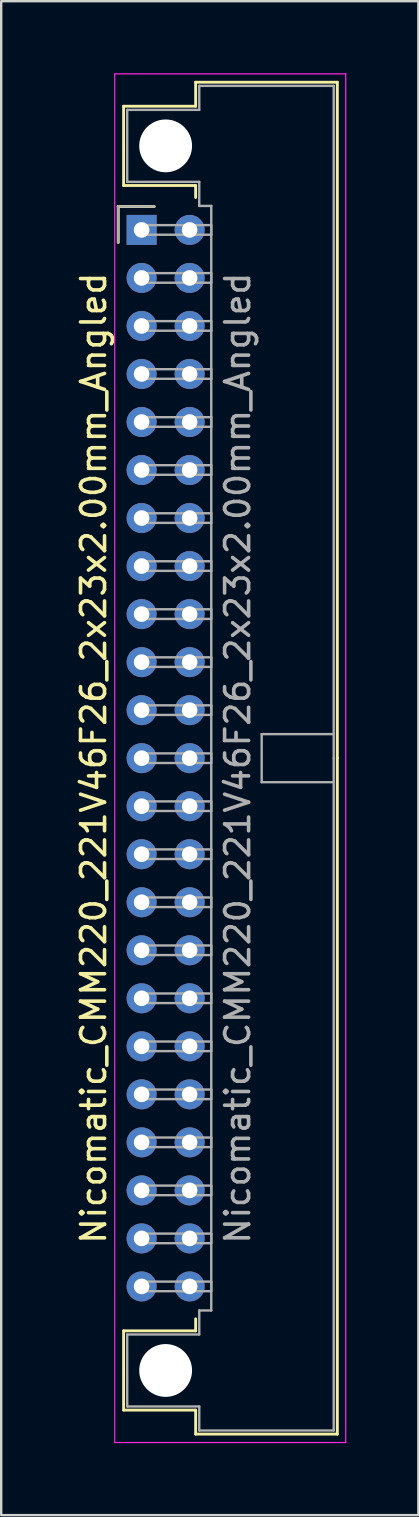
<source format=kicad_pcb>
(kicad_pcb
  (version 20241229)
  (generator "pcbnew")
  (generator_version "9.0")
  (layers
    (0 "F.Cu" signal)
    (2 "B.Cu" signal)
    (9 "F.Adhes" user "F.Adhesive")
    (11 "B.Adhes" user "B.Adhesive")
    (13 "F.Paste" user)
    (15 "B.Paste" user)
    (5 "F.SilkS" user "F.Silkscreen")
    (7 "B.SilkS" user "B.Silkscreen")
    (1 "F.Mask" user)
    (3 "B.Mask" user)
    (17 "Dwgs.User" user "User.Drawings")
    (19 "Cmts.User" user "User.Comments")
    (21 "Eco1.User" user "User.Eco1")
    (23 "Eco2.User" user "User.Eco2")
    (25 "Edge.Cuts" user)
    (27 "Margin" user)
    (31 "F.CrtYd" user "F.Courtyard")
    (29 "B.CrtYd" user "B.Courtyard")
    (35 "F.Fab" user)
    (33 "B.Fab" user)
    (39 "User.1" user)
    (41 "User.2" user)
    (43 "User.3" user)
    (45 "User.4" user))
  (footprint "Nicomatic_CMM220_221V46F26_2x23x2.00mm_Angled"
    (layer "F.Cu")
    (at 2.848 6.525)
    (property "Reference" "Nicomatic_CMM220_221V46F26_2x23x2.00mm_Angled" (at -2 22 90) (layer "F.SilkS") (effects (font (size 1 1) (thickness 0.15))))
    (attr through_hole)
    (fp_line (start -0.975 -0.975) (end -0.975 0.525) (stroke (width 0.12) (type solid)) (layer "F.SilkS"))
    (fp_line (start -0.75 -5.15) (end -0.75 -1.85) (stroke (width 0.12) (type solid)) (layer "F.SilkS"))
    (fp_line (start -0.75 -1.85) (end 2.25 -1.85) (stroke (width 0.12) (type solid)) (layer "F.SilkS"))
    (fp_line (start -0.75 45.85) (end 2.25 45.85) (stroke (width 0.12) (type solid)) (layer "F.SilkS"))
    (fp_line (start -0.75 49.15) (end -0.75 45.85) (stroke (width 0.12) (type solid)) (layer "F.SilkS"))
    (fp_line (start 0.525 -0.975) (end -0.975 -0.975) (stroke (width 0.12) (type solid)) (layer "F.SilkS"))
    (fp_line (start 2.25 -6.15) (end 2.25 -5.15) (stroke (width 0.12) (type solid)) (layer "F.SilkS"))
    (fp_line (start 2.25 -5.15) (end -0.75 -5.15) (stroke (width 0.12) (type solid)) (layer "F.SilkS"))
    (fp_line (start 2.25 -1.85) (end 2.25 -1.35) (stroke (width 0.12) (type solid)) (layer "F.SilkS"))
    (fp_line (start 2.25 45.85) (end 2.25 45.35) (stroke (width 0.12) (type solid)) (layer "F.SilkS"))
    (fp_line (start 2.25 49.15) (end -0.75 49.15) (stroke (width 0.12) (type solid)) (layer "F.SilkS"))
    (fp_line (start 2.25 50.15) (end 2.25 49.15) (stroke (width 0.12) (type solid)) (layer "F.SilkS"))
    (fp_line (start 8.15 -6.15) (end 2.25 -6.15) (stroke (width 0.12) (type solid)) (layer "F.SilkS"))
    (fp_line (start 8.15 22) (end 8.15 -6.15) (stroke (width 0.12) (type solid)) (layer "F.SilkS"))
    (fp_line (start 8.15 22) (end 8.15 50.15) (stroke (width 0.12) (type solid)) (layer "F.SilkS"))
    (fp_line (start 8.15 50.15) (end 2.25 50.15) (stroke (width 0.12) (type solid)) (layer "F.SilkS"))
    (fp_line (start -1.12 -6.5) (end -1.12 50.5) (stroke (width 0.05) (type solid)) (layer "F.CrtYd"))
    (fp_line (start -1.12 50.5) (end 8.5 50.5) (stroke (width 0.05) (type solid)) (layer "F.CrtYd"))
    (fp_line (start 8.5 -6.5) (end -1.12 -6.5) (stroke (width 0.05) (type solid)) (layer "F.CrtYd"))
    (fp_line (start 8.5 50.5) (end 8.5 -6.5) (stroke (width 0.05) (type solid)) (layer "F.CrtYd"))
    (fp_line (start -0.975 -0.975) (end -0.975 0.525) (stroke (width 0.1) (type solid)) (layer "F.Fab"))
    (fp_line (start -0.6 -5) (end -0.6 -2) (stroke (width 0.1) (type solid)) (layer "F.Fab"))
    (fp_line (start -0.6 -2) (end 2.4 -2) (stroke (width 0.1) (type solid)) (layer "F.Fab"))
    (fp_line (start -0.6 46) (end 2.4 46) (stroke (width 0.1) (type solid)) (layer "F.Fab"))
    (fp_line (start -0.6 49) (end -0.6 46) (stroke (width 0.1) (type solid)) (layer "F.Fab"))
    (fp_line (start 0 -0.2) (end 0 0.2) (stroke (width 0.1) (type solid)) (layer "F.Fab"))
    (fp_line (start 0 0.2) (end 2.9 0.2) (stroke (width 0.1) (type solid)) (layer "F.Fab"))
    (fp_line (start 0 1.8) (end 0 2.2) (stroke (width 0.1) (type solid)) (layer "F.Fab"))
    (fp_line (start 0 2.2) (end 2.9 2.2) (stroke (width 0.1) (type solid)) (layer "F.Fab"))
    (fp_line (start 0 3.8) (end 0 4.2) (stroke (width 0.1) (type solid)) (layer "F.Fab"))
    (fp_line (start 0 4.2) (end 2.9 4.2) (stroke (width 0.1) (type solid)) (layer "F.Fab"))
    (fp_line (start 0 5.8) (end 0 6.2) (stroke (width 0.1) (type solid)) (layer "F.Fab"))
    (fp_line (start 0 6.2) (end 2.9 6.2) (stroke (width 0.1) (type solid)) (layer "F.Fab"))
    (fp_line (start 0 7.8) (end 0 8.2) (stroke (width 0.1) (type solid)) (layer "F.Fab"))
    (fp_line (start 0 8.2) (end 2.9 8.2) (stroke (width 0.1) (type solid)) (layer "F.Fab"))
    (fp_line (start 0 9.8) (end 0 10.2) (stroke (width 0.1) (type solid)) (layer "F.Fab"))
    (fp_line (start 0 10.2) (end 2.9 10.2) (stroke (width 0.1) (type solid)) (layer "F.Fab"))
    (fp_line (start 0 11.8) (end 0 12.2) (stroke (width 0.1) (type solid)) (layer "F.Fab"))
    (fp_line (start 0 12.2) (end 2.9 12.2) (stroke (width 0.1) (type solid)) (layer "F.Fab"))
    (fp_line (start 0 13.8) (end 0 14.2) (stroke (width 0.1) (type solid)) (layer "F.Fab"))
    (fp_line (start 0 14.2) (end 2.9 14.2) (stroke (width 0.1) (type solid)) (layer "F.Fab"))
    (fp_line (start 0 15.8) (end 0 16.2) (stroke (width 0.1) (type solid)) (layer "F.Fab"))
    (fp_line (start 0 16.2) (end 2.9 16.2) (stroke (width 0.1) (type solid)) (layer "F.Fab"))
    (fp_line (start 0 17.8) (end 0 18.2) (stroke (width 0.1) (type solid)) (layer "F.Fab"))
    (fp_line (start 0 18.2) (end 2.9 18.2) (stroke (width 0.1) (type solid)) (layer "F.Fab"))
    (fp_line (start 0 19.8) (end 0 20.2) (stroke (width 0.1) (type solid)) (layer "F.Fab"))
    (fp_line (start 0 20.2) (end 2.9 20.2) (stroke (width 0.1) (type solid)) (layer "F.Fab"))
    (fp_line (start 0 21.8) (end 0 22.2) (stroke (width 0.1) (type solid)) (layer "F.Fab"))
    (fp_line (start 0 22.2) (end 2.9 22.2) (stroke (width 0.1) (type solid)) (layer "F.Fab"))
    (fp_line (start 0 23.8) (end 0 24.2) (stroke (width 0.1) (type solid)) (layer "F.Fab"))
    (fp_line (start 0 24.2) (end 2.9 24.2) (stroke (width 0.1) (type solid)) (layer "F.Fab"))
    (fp_line (start 0 25.8) (end 0 26.2) (stroke (width 0.1) (type solid)) (layer "F.Fab"))
    (fp_line (start 0 26.2) (end 2.9 26.2) (stroke (width 0.1) (type solid)) (layer "F.Fab"))
    (fp_line (start 0 27.8) (end 0 28.2) (stroke (width 0.1) (type solid)) (layer "F.Fab"))
    (fp_line (start 0 28.2) (end 2.9 28.2) (stroke (width 0.1) (type solid)) (layer "F.Fab"))
    (fp_line (start 0 29.8) (end 0 30.2) (stroke (width 0.1) (type solid)) (layer "F.Fab"))
    (fp_line (start 0 30.2) (end 2.9 30.2) (stroke (width 0.1) (type solid)) (layer "F.Fab"))
    (fp_line (start 0 31.8) (end 0 32.2) (stroke (width 0.1) (type solid)) (layer "F.Fab"))
    (fp_line (start 0 32.2) (end 2.9 32.2) (stroke (width 0.1) (type solid)) (layer "F.Fab"))
    (fp_line (start 0 33.8) (end 0 34.2) (stroke (width 0.1) (type solid)) (layer "F.Fab"))
    (fp_line (start 0 34.2) (end 2.9 34.2) (stroke (width 0.1) (type solid)) (layer "F.Fab"))
    (fp_line (start 0 35.8) (end 0 36.2) (stroke (width 0.1) (type solid)) (layer "F.Fab"))
    (fp_line (start 0 36.2) (end 2.9 36.2) (stroke (width 0.1) (type solid)) (layer "F.Fab"))
    (fp_line (start 0 37.8) (end 0 38.2) (stroke (width 0.1) (type solid)) (layer "F.Fab"))
    (fp_line (start 0 38.2) (end 2.9 38.2) (stroke (width 0.1) (type solid)) (layer "F.Fab"))
    (fp_line (start 0 39.8) (end 0 40.2) (stroke (width 0.1) (type solid)) (layer "F.Fab"))
    (fp_line (start 0 40.2) (end 2.9 40.2) (stroke (width 0.1) (type solid)) (layer "F.Fab"))
    (fp_line (start 0 41.8) (end 0 42.2) (stroke (width 0.1) (type solid)) (layer "F.Fab"))
    (fp_line (start 0 42.2) (end 2.9 42.2) (stroke (width 0.1) (type solid)) (layer "F.Fab"))
    (fp_line (start 0 43.8) (end 0 44.2) (stroke (width 0.1) (type solid)) (layer "F.Fab"))
    (fp_line (start 0 44.2) (end 2.9 44.2) (stroke (width 0.1) (type solid)) (layer "F.Fab"))
    (fp_line (start 0.525 -0.975) (end -0.975 -0.975) (stroke (width 0.1) (type solid)) (layer "F.Fab"))
    (fp_line (start 2.4 -6) (end 2.4 -5) (stroke (width 0.1) (type solid)) (layer "F.Fab"))
    (fp_line (start 2.4 -5) (end -0.6 -5) (stroke (width 0.1) (type solid)) (layer "F.Fab"))
    (fp_line (start 2.4 -2) (end 2.4 -1) (stroke (width 0.1) (type solid)) (layer "F.Fab"))
    (fp_line (start 2.4 -1) (end 2.9 -1) (stroke (width 0.1) (type solid)) (layer "F.Fab"))
    (fp_line (start 2.4 45) (end 2.9 45) (stroke (width 0.1) (type solid)) (layer "F.Fab"))
    (fp_line (start 2.4 46) (end 2.4 45) (stroke (width 0.1) (type solid)) (layer "F.Fab"))
    (fp_line (start 2.4 49) (end -0.6 49) (stroke (width 0.1) (type solid)) (layer "F.Fab"))
    (fp_line (start 2.4 50) (end 2.4 49) (stroke (width 0.1) (type solid)) (layer "F.Fab"))
    (fp_line (start 2.9 -1) (end 2.9 22) (stroke (width 0.1) (type solid)) (layer "F.Fab"))
    (fp_line (start 2.9 -0.2) (end 0 -0.2) (stroke (width 0.1) (type solid)) (layer "F.Fab"))
    (fp_line (start 2.9 0.2) (end 2.9 -0.2) (stroke (width 0.1) (type solid)) (layer "F.Fab"))
    (fp_line (start 2.9 1.8) (end 0 1.8) (stroke (width 0.1) (type solid)) (layer "F.Fab"))
    (fp_line (start 2.9 2.2) (end 2.9 1.8) (stroke (width 0.1) (type solid)) (layer "F.Fab"))
    (fp_line (start 2.9 3.8) (end 0 3.8) (stroke (width 0.1) (type solid)) (layer "F.Fab"))
    (fp_line (start 2.9 4.2) (end 2.9 3.8) (stroke (width 0.1) (type solid)) (layer "F.Fab"))
    (fp_line (start 2.9 5.8) (end 0 5.8) (stroke (width 0.1) (type solid)) (layer "F.Fab"))
    (fp_line (start 2.9 6.2) (end 2.9 5.8) (stroke (width 0.1) (type solid)) (layer "F.Fab"))
    (fp_line (start 2.9 7.8) (end 0 7.8) (stroke (width 0.1) (type solid)) (layer "F.Fab"))
    (fp_line (start 2.9 8.2) (end 2.9 7.8) (stroke (width 0.1) (type solid)) (layer "F.Fab"))
    (fp_line (start 2.9 9.8) (end 0 9.8) (stroke (width 0.1) (type solid)) (layer "F.Fab"))
    (fp_line (start 2.9 10.2) (end 2.9 9.8) (stroke (width 0.1) (type solid)) (layer "F.Fab"))
    (fp_line (start 2.9 11.8) (end 0 11.8) (stroke (width 0.1) (type solid)) (layer "F.Fab"))
    (fp_line (start 2.9 12.2) (end 2.9 11.8) (stroke (width 0.1) (type solid)) (layer "F.Fab"))
    (fp_line (start 2.9 13.8) (end 0 13.8) (stroke (width 0.1) (type solid)) (layer "F.Fab"))
    (fp_line (start 2.9 14.2) (end 2.9 13.8) (stroke (width 0.1) (type solid)) (layer "F.Fab"))
    (fp_line (start 2.9 15.8) (end 0 15.8) (stroke (width 0.1) (type solid)) (layer "F.Fab"))
    (fp_line (start 2.9 16.2) (end 2.9 15.8) (stroke (width 0.1) (type solid)) (layer "F.Fab"))
    (fp_line (start 2.9 17.8) (end 0 17.8) (stroke (width 0.1) (type solid)) (layer "F.Fab"))
    (fp_line (start 2.9 18.2) (end 2.9 17.8) (stroke (width 0.1) (type solid)) (layer "F.Fab"))
    (fp_line (start 2.9 19.8) (end 0 19.8) (stroke (width 0.1) (type solid)) (layer "F.Fab"))
    (fp_line (start 2.9 20.2) (end 2.9 19.8) (stroke (width 0.1) (type solid)) (layer "F.Fab"))
    (fp_line (start 2.9 21.8) (end 0 21.8) (stroke (width 0.1) (type solid)) (layer "F.Fab"))
    (fp_line (start 2.9 22.2) (end 2.9 21.8) (stroke (width 0.1) (type solid)) (layer "F.Fab"))
    (fp_line (start 2.9 23.8) (end 0 23.8) (stroke (width 0.1) (type solid)) (layer "F.Fab"))
    (fp_line (start 2.9 24.2) (end 2.9 23.8) (stroke (width 0.1) (type solid)) (layer "F.Fab"))
    (fp_line (start 2.9 25.8) (end 0 25.8) (stroke (width 0.1) (type solid)) (layer "F.Fab"))
    (fp_line (start 2.9 26.2) (end 2.9 25.8) (stroke (width 0.1) (type solid)) (layer "F.Fab"))
    (fp_line (start 2.9 27.8) (end 0 27.8) (stroke (width 0.1) (type solid)) (layer "F.Fab"))
    (fp_line (start 2.9 28.2) (end 2.9 27.8) (stroke (width 0.1) (type solid)) (layer "F.Fab"))
    (fp_line (start 2.9 29.8) (end 0 29.8) (stroke (width 0.1) (type solid)) (layer "F.Fab"))
    (fp_line (start 2.9 30.2) (end 2.9 29.8) (stroke (width 0.1) (type solid)) (layer "F.Fab"))
    (fp_line (start 2.9 31.8) (end 0 31.8) (stroke (width 0.1) (type solid)) (layer "F.Fab"))
    (fp_line (start 2.9 32.2) (end 2.9 31.8) (stroke (width 0.1) (type solid)) (layer "F.Fab"))
    (fp_line (start 2.9 33.8) (end 0 33.8) (stroke (width 0.1) (type solid)) (layer "F.Fab"))
    (fp_line (start 2.9 34.2) (end 2.9 33.8) (stroke (width 0.1) (type solid)) (layer "F.Fab"))
    (fp_line (start 2.9 35.8) (end 0 35.8) (stroke (width 0.1) (type solid)) (layer "F.Fab"))
    (fp_line (start 2.9 36.2) (end 2.9 35.8) (stroke (width 0.1) (type solid)) (layer "F.Fab"))
    (fp_line (start 2.9 37.8) (end 0 37.8) (stroke (width 0.1) (type solid)) (layer "F.Fab"))
    (fp_line (start 2.9 38.2) (end 2.9 37.8) (stroke (width 0.1) (type solid)) (layer "F.Fab"))
    (fp_line (start 2.9 39.8) (end 0 39.8) (stroke (width 0.1) (type solid)) (layer "F.Fab"))
    (fp_line (start 2.9 40.2) (end 2.9 39.8) (stroke (width 0.1) (type solid)) (layer "F.Fab"))
    (fp_line (start 2.9 41.8) (end 0 41.8) (stroke (width 0.1) (type solid)) (layer "F.Fab"))
    (fp_line (start 2.9 42.2) (end 2.9 41.8) (stroke (width 0.1) (type solid)) (layer "F.Fab"))
    (fp_line (start 2.9 43.8) (end 0 43.8) (stroke (width 0.1) (type solid)) (layer "F.Fab"))
    (fp_line (start 2.9 44.2) (end 2.9 43.8) (stroke (width 0.1) (type solid)) (layer "F.Fab"))
    (fp_line (start 2.9 45) (end 2.9 22) (stroke (width 0.1) (type solid)) (layer "F.Fab"))
    (fp_line (start 5 21) (end 5 23) (stroke (width 0.1) (type solid)) (layer "F.Fab"))
    (fp_line (start 5 23) (end 8 23) (stroke (width 0.1) (type solid)) (layer "F.Fab"))
    (fp_line (start 8 -6) (end 2.4 -6) (stroke (width 0.1) (type solid)) (layer "F.Fab"))
    (fp_line (start 8 21) (end 5 21) (stroke (width 0.1) (type solid)) (layer "F.Fab"))
    (fp_line (start 8 22) (end 8 -6) (stroke (width 0.1) (type solid)) (layer "F.Fab"))
    (fp_line (start 8 22) (end 8 50) (stroke (width 0.1) (type solid)) (layer "F.Fab"))
    (fp_line (start 8 50) (end 2.4 50) (stroke (width 0.1) (type solid)) (layer "F.Fab"))
    (fp_text user "${REFERENCE}" (at 4 22 90) (layer "F.Fab") (effects (font (size 1 1) (thickness 0.15))))
    (pad "" np_thru_hole circle (at 1 -3.5) (size 2.2 2.2) (drill 2.2) (layers "*.Cu" "*.Mask"))
    (pad "" np_thru_hole circle (at 1 47.5) (size 2.2 2.2) (drill 2.2) (layers "*.Cu" "*.Mask"))
    (pad "1" thru_hole rect (at 0 0) (size 1.25 1.25) (drill 0.65) (layers "*.Cu" "*.Mask"))
    (pad "2" thru_hole oval (at 0 2) (size 1.25 1.25) (drill 0.65) (layers "*.Cu" "*.Mask"))
    (pad "3" thru_hole oval (at 0 4) (size 1.25 1.25) (drill 0.65) (layers "*.Cu" "*.Mask"))
    (pad "4" thru_hole oval (at 0 6) (size 1.25 1.25) (drill 0.65) (layers "*.Cu" "*.Mask"))
    (pad "5" thru_hole oval (at 0 8) (size 1.25 1.25) (drill 0.65) (layers "*.Cu" "*.Mask"))
    (pad "6" thru_hole oval (at 0 10) (size 1.25 1.25) (drill 0.65) (layers "*.Cu" "*.Mask"))
    (pad "7" thru_hole oval (at 0 12) (size 1.25 1.25) (drill 0.65) (layers "*.Cu" "*.Mask"))
    (pad "8" thru_hole oval (at 0 14) (size 1.25 1.25) (drill 0.65) (layers "*.Cu" "*.Mask"))
    (pad "9" thru_hole oval (at 0 16) (size 1.25 1.25) (drill 0.65) (layers "*.Cu" "*.Mask"))
    (pad "10" thru_hole oval (at 0 18) (size 1.25 1.25) (drill 0.65) (layers "*.Cu" "*.Mask"))
    (pad "11" thru_hole oval (at 0 20) (size 1.25 1.25) (drill 0.65) (layers "*.Cu" "*.Mask"))
    (pad "12" thru_hole oval (at 0 22) (size 1.25 1.25) (drill 0.65) (layers "*.Cu" "*.Mask"))
    (pad "13" thru_hole oval (at 0 24) (size 1.25 1.25) (drill 0.65) (layers "*.Cu" "*.Mask"))
    (pad "14" thru_hole oval (at 0 26) (size 1.25 1.25) (drill 0.65) (layers "*.Cu" "*.Mask"))
    (pad "15" thru_hole oval (at 0 28) (size 1.25 1.25) (drill 0.65) (layers "*.Cu" "*.Mask"))
    (pad "16" thru_hole oval (at 0 30) (size 1.25 1.25) (drill 0.65) (layers "*.Cu" "*.Mask"))
    (pad "17" thru_hole oval (at 0 32) (size 1.25 1.25) (drill 0.65) (layers "*.Cu" "*.Mask"))
    (pad "18" thru_hole oval (at 0 34) (size 1.25 1.25) (drill 0.65) (layers "*.Cu" "*.Mask"))
    (pad "19" thru_hole oval (at 0 36) (size 1.25 1.25) (drill 0.65) (layers "*.Cu" "*.Mask"))
    (pad "20" thru_hole oval (at 0 38) (size 1.25 1.25) (drill 0.65) (layers "*.Cu" "*.Mask"))
    (pad "21" thru_hole oval (at 0 40) (size 1.25 1.25) (drill 0.65) (layers "*.Cu" "*.Mask"))
    (pad "22" thru_hole oval (at 0 42) (size 1.25 1.25) (drill 0.65) (layers "*.Cu" "*.Mask"))
    (pad "23" thru_hole oval (at 0 44) (size 1.25 1.25) (drill 0.65) (layers "*.Cu" "*.Mask"))
    (pad "24" thru_hole oval (at 2 0) (size 1.25 1.25) (drill 0.65) (layers "*.Cu" "*.Mask"))
    (pad "25" thru_hole oval (at 2 2) (size 1.25 1.25) (drill 0.65) (layers "*.Cu" "*.Mask"))
    (pad "26" thru_hole oval (at 2 4) (size 1.25 1.25) (drill 0.65) (layers "*.Cu" "*.Mask"))
    (pad "27" thru_hole oval (at 2 6) (size 1.25 1.25) (drill 0.65) (layers "*.Cu" "*.Mask"))
    (pad "28" thru_hole oval (at 2 8) (size 1.25 1.25) (drill 0.65) (layers "*.Cu" "*.Mask"))
    (pad "29" thru_hole oval (at 2 10) (size 1.25 1.25) (drill 0.65) (layers "*.Cu" "*.Mask"))
    (pad "30" thru_hole oval (at 2 12) (size 1.25 1.25) (drill 0.65) (layers "*.Cu" "*.Mask"))
    (pad "31" thru_hole oval (at 2 14) (size 1.25 1.25) (drill 0.65) (layers "*.Cu" "*.Mask"))
    (pad "32" thru_hole oval (at 2 16) (size 1.25 1.25) (drill 0.65) (layers "*.Cu" "*.Mask"))
    (pad "33" thru_hole oval (at 2 18) (size 1.25 1.25) (drill 0.65) (layers "*.Cu" "*.Mask"))
    (pad "34" thru_hole oval (at 2 20) (size 1.25 1.25) (drill 0.65) (layers "*.Cu" "*.Mask"))
    (pad "35" thru_hole oval (at 2 22) (size 1.25 1.25) (drill 0.65) (layers "*.Cu" "*.Mask"))
    (pad "36" thru_hole oval (at 2 24) (size 1.25 1.25) (drill 0.65) (layers "*.Cu" "*.Mask"))
    (pad "37" thru_hole oval (at 2 26) (size 1.25 1.25) (drill 0.65) (layers "*.Cu" "*.Mask"))
    (pad "38" thru_hole oval (at 2 28) (size 1.25 1.25) (drill 0.65) (layers "*.Cu" "*.Mask"))
    (pad "39" thru_hole oval (at 2 30) (size 1.25 1.25) (drill 0.65) (layers "*.Cu" "*.Mask"))
    (pad "40" thru_hole oval (at 2 32) (size 1.25 1.25) (drill 0.65) (layers "*.Cu" "*.Mask"))
    (pad "41" thru_hole oval (at 2 34) (size 1.25 1.25) (drill 0.65) (layers "*.Cu" "*.Mask"))
    (pad "42" thru_hole oval (at 2 36) (size 1.25 1.25) (drill 0.65) (layers "*.Cu" "*.Mask"))
    (pad "43" thru_hole oval (at 2 38) (size 1.25 1.25) (drill 0.65) (layers "*.Cu" "*.Mask"))
    (pad "44" thru_hole oval (at 2 40) (size 1.25 1.25) (drill 0.65) (layers "*.Cu" "*.Mask"))
    (pad "45" thru_hole oval (at 2 42) (size 1.25 1.25) (drill 0.65) (layers "*.Cu" "*.Mask"))
    (pad "46" thru_hole oval (at 2 44) (size 1.25 1.25) (drill 0.65) (layers "*.Cu" "*.Mask")))
  (gr_rect
    (start -3 -3)
    (end 14.373 60.05)
    (stroke (width 0.1) (type default))
    (fill no)
    (layer "Edge.Cuts")))
</source>
